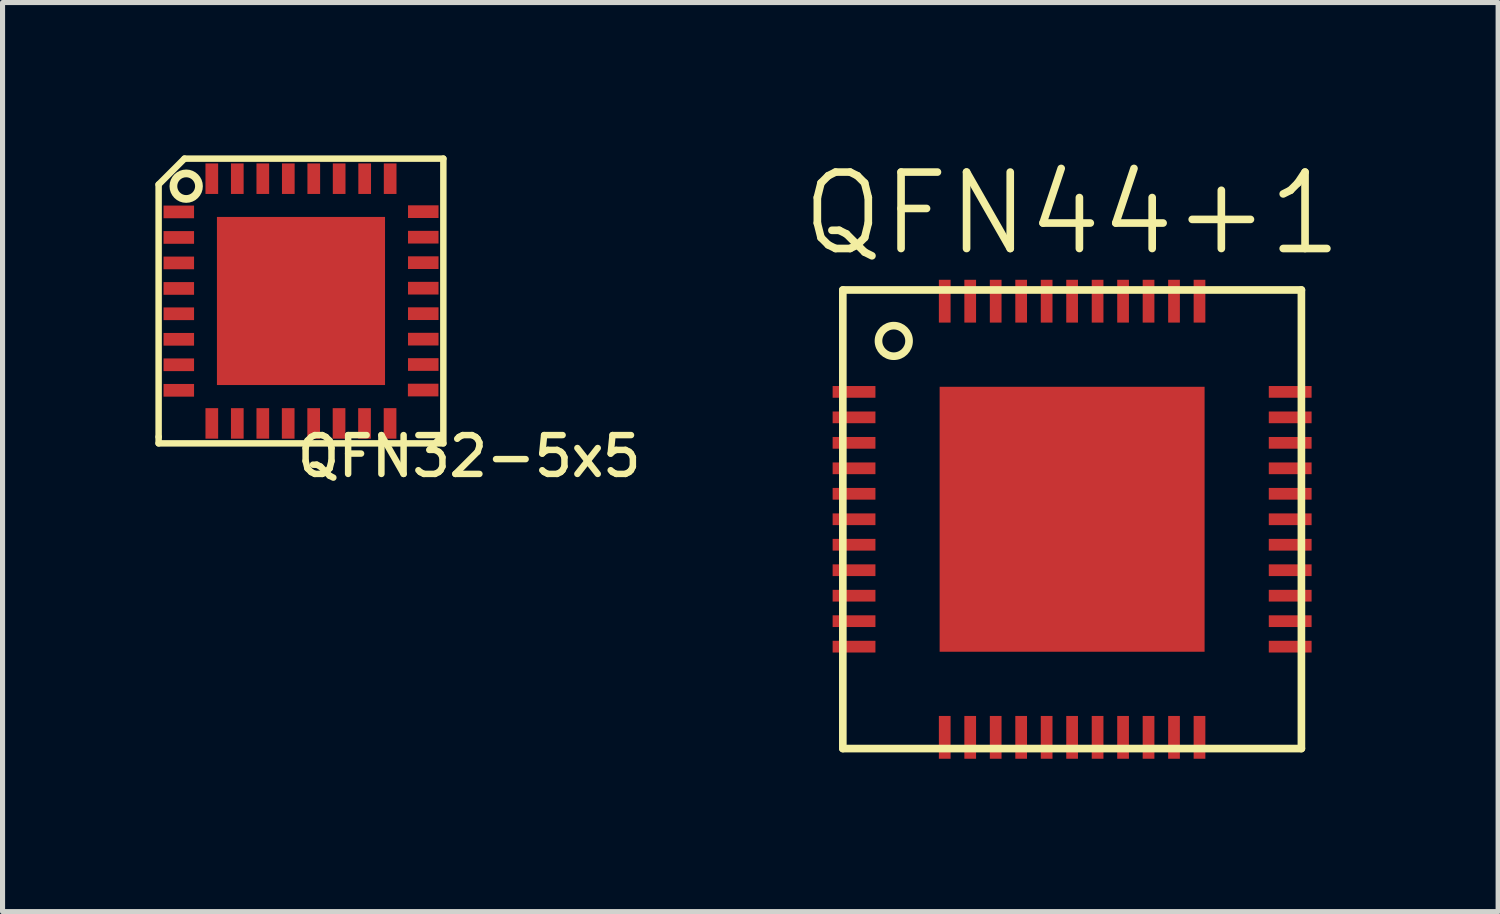
<source format=kicad_pcb>
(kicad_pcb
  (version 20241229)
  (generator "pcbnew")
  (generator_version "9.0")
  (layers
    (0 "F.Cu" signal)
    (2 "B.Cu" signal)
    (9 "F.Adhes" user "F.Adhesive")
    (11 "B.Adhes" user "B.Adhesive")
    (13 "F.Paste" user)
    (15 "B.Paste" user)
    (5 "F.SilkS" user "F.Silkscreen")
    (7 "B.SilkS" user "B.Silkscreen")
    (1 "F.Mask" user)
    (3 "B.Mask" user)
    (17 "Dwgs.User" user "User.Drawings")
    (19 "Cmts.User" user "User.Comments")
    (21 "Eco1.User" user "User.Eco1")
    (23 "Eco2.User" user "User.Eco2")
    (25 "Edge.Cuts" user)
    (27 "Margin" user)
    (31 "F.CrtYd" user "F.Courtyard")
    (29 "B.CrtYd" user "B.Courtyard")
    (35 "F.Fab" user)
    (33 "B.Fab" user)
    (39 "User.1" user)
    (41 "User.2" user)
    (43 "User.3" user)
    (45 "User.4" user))
  (footprint "QFN44+1"
    (layer "F.Cu")
    (at 17.991 7.141)
    (property "Reference" "QFN44+1" (at 0 -6 0) (layer "F.SilkS") (effects (font (size 1.5 1.5) (thickness 0.15))))
    (attr smd)
    (fp_line (start -4.5 -4.5) (end 4.5 -4.5) (stroke (width 0.15) (type solid)) (layer "F.SilkS"))
    (fp_line (start -4.5 4.5) (end -4.5 -4.5) (stroke (width 0.15) (type solid)) (layer "F.SilkS"))
    (fp_line (start 4.5 -4.5) (end 4.5 4.5) (stroke (width 0.15) (type solid)) (layer "F.SilkS"))
    (fp_line (start 4.5 4.5) (end -4.5 4.5) (stroke (width 0.15) (type solid)) (layer "F.SilkS"))
    (fp_circle (center -3.5 -3.5) (end -3.8 -3.5) (stroke (width 0.15) (type solid)) (fill no) (layer "F.SilkS"))
    (pad "1" smd rect (at -4.5 -2.5) (size 0.84 0.23) (drill (offset 0.22 0)) (layers "F.Cu" "F.Mask" "F.Paste"))
    (pad "2" smd rect (at -4.5 -2) (size 0.84 0.23) (drill (offset 0.22 0)) (layers "F.Cu" "F.Mask" "F.Paste"))
    (pad "3" smd rect (at -4.5 -1.5) (size 0.84 0.23) (drill (offset 0.22 0)) (layers "F.Cu" "F.Mask" "F.Paste"))
    (pad "4" smd rect (at -4.5 -1) (size 0.84 0.23) (drill (offset 0.22 0)) (layers "F.Cu" "F.Mask" "F.Paste"))
    (pad "5" smd rect (at -4.5 -0.5) (size 0.84 0.23) (drill (offset 0.22 0)) (layers "F.Cu" "F.Mask" "F.Paste"))
    (pad "6" smd rect (at -4.5 0) (size 0.84 0.23) (drill (offset 0.22 0)) (layers "F.Cu" "F.Mask" "F.Paste"))
    (pad "7" smd rect (at -4.5 0.5) (size 0.84 0.23) (drill (offset 0.22 0)) (layers "F.Cu" "F.Mask" "F.Paste"))
    (pad "8" smd rect (at -4.5 1) (size 0.84 0.23) (drill (offset 0.22 0)) (layers "F.Cu" "F.Mask" "F.Paste"))
    (pad "9" smd rect (at -4.5 1.5) (size 0.84 0.23) (drill (offset 0.22 0)) (layers "F.Cu" "F.Mask" "F.Paste"))
    (pad "10" smd rect (at -4.5 2) (size 0.84 0.23) (drill (offset 0.22 0)) (layers "F.Cu" "F.Mask" "F.Paste"))
    (pad "11" smd rect (at -4.5 2.5) (size 0.84 0.23) (drill (offset 0.22 0)) (layers "F.Cu" "F.Mask" "F.Paste"))
    (pad "12" smd rect (at -2.5 4.5) (size 0.23 0.84) (drill (offset 0 -0.22)) (layers "F.Cu" "F.Mask" "F.Paste"))
    (pad "13" smd rect (at -2 4.5) (size 0.23 0.84) (drill (offset 0 -0.22)) (layers "F.Cu" "F.Mask" "F.Paste"))
    (pad "14" smd rect (at -1.5 4.5) (size 0.23 0.84) (drill (offset 0 -0.22)) (layers "F.Cu" "F.Mask" "F.Paste"))
    (pad "15" smd rect (at -1 4.5) (size 0.23 0.84) (drill (offset 0 -0.22)) (layers "F.Cu" "F.Mask" "F.Paste"))
    (pad "16" smd rect (at -0.5 4.5) (size 0.23 0.84) (drill (offset 0 -0.22)) (layers "F.Cu" "F.Mask" "F.Paste"))
    (pad "17" smd rect (at 0 4.5) (size 0.23 0.84) (drill (offset 0 -0.22)) (layers "F.Cu" "F.Mask" "F.Paste"))
    (pad "18" smd rect (at 0.5 4.5) (size 0.23 0.84) (drill (offset 0 -0.22)) (layers "F.Cu" "F.Mask" "F.Paste"))
    (pad "19" smd rect (at 1 4.5) (size 0.23 0.84) (drill (offset 0 -0.22)) (layers "F.Cu" "F.Mask" "F.Paste"))
    (pad "20" smd rect (at 1.5 4.5) (size 0.23 0.84) (drill (offset 0 -0.22)) (layers "F.Cu" "F.Mask" "F.Paste"))
    (pad "21" smd rect (at 2 4.5) (size 0.23 0.84) (drill (offset 0 -0.22)) (layers "F.Cu" "F.Mask" "F.Paste"))
    (pad "22" smd rect (at 2.5 4.5) (size 0.23 0.84) (drill (offset 0 -0.22)) (layers "F.Cu" "F.Mask" "F.Paste"))
    (pad "23" smd rect (at 4.5 2.5) (size 0.84 0.23) (drill (offset -0.22 0)) (layers "F.Cu" "F.Mask" "F.Paste"))
    (pad "24" smd rect (at 4.5 2) (size 0.84 0.23) (drill (offset -0.22 0)) (layers "F.Cu" "F.Mask" "F.Paste"))
    (pad "25" smd rect (at 4.5 1.5) (size 0.84 0.23) (drill (offset -0.22 0)) (layers "F.Cu" "F.Mask" "F.Paste"))
    (pad "26" smd rect (at 4.5 1) (size 0.84 0.23) (drill (offset -0.22 0)) (layers "F.Cu" "F.Mask" "F.Paste"))
    (pad "27" smd rect (at 4.5 0.5) (size 0.84 0.23) (drill (offset -0.22 0)) (layers "F.Cu" "F.Mask" "F.Paste"))
    (pad "28" smd rect (at 4.5 0) (size 0.84 0.23) (drill (offset -0.22 0)) (layers "F.Cu" "F.Mask" "F.Paste"))
    (pad "29" smd rect (at 4.5 -0.5) (size 0.84 0.23) (drill (offset -0.22 0)) (layers "F.Cu" "F.Mask" "F.Paste"))
    (pad "30" smd rect (at 4.5 -1) (size 0.84 0.23) (drill (offset -0.22 0)) (layers "F.Cu" "F.Mask" "F.Paste"))
    (pad "31" smd rect (at 4.5 -1.5) (size 0.84 0.23) (drill (offset -0.22 0)) (layers "F.Cu" "F.Mask" "F.Paste"))
    (pad "32" smd rect (at 4.5 -2) (size 0.84 0.23) (drill (offset -0.22 0)) (layers "F.Cu" "F.Mask" "F.Paste"))
    (pad "33" smd rect (at 4.5 -2.5) (size 0.84 0.23) (drill (offset -0.22 0)) (layers "F.Cu" "F.Mask" "F.Paste"))
    (pad "34" smd rect (at 2.5 -4.5) (size 0.23 0.84) (drill (offset 0 0.22)) (layers "F.Cu" "F.Mask" "F.Paste"))
    (pad "35" smd rect (at 2 -4.5) (size 0.23 0.84) (drill (offset 0 0.22)) (layers "F.Cu" "F.Mask" "F.Paste"))
    (pad "36" smd rect (at 1.5 -4.5) (size 0.23 0.84) (drill (offset 0 0.22)) (layers "F.Cu" "F.Mask" "F.Paste"))
    (pad "37" smd rect (at 1 -4.5) (size 0.23 0.84) (drill (offset 0 0.22)) (layers "F.Cu" "F.Mask" "F.Paste"))
    (pad "38" smd rect (at 0.5 -4.5) (size 0.23 0.84) (drill (offset 0 0.22)) (layers "F.Cu" "F.Mask" "F.Paste"))
    (pad "39" smd rect (at 0 -4.5) (size 0.23 0.84) (drill (offset 0 0.22)) (layers "F.Cu" "F.Mask" "F.Paste"))
    (pad "40" smd rect (at -0.5 -4.5) (size 0.23 0.84) (drill (offset 0 0.22)) (layers "F.Cu" "F.Mask" "F.Paste"))
    (pad "41" smd rect (at -1 -4.5) (size 0.23 0.84) (drill (offset 0 0.22)) (layers "F.Cu" "F.Mask" "F.Paste"))
    (pad "42" smd rect (at -1.5 -4.5) (size 0.23 0.84) (drill (offset 0 0.22)) (layers "F.Cu" "F.Mask" "F.Paste"))
    (pad "43" smd rect (at -2 -4.5) (size 0.23 0.84) (drill (offset 0 0.22)) (layers "F.Cu" "F.Mask" "F.Paste"))
    (pad "44" smd rect (at -2.5 -4.5) (size 0.23 0.84) (drill (offset 0 0.22)) (layers "F.Cu" "F.Mask" "F.Paste"))
    (pad "45" smd rect (at 0 0) (size 5.2 5.2) (layers "F.Cu" "F.Mask" "F.Paste")))
  (footprint "QFN32-5x5"
    (layer "F.Cu")
    (at 2.857 2.857)
    (property "Reference" "QFN32-5x5" (at 3.302 3.048 0) (layer "F.SilkS") (effects (font (size 0.762 0.762) (thickness 0.127))))
    (attr smd)
    (fp_line (start -2.794 -2.286) (end -2.286 -2.794) (stroke (width 0.127) (type solid)) (layer "F.SilkS"))
    (fp_line (start -2.794 2.667) (end -2.794 -2.286) (stroke (width 0.127) (type solid)) (layer "F.SilkS"))
    (fp_line (start -2.794 2.794) (end -2.794 2.667) (stroke (width 0.127) (type solid)) (layer "F.SilkS"))
    (fp_line (start -2.286 -2.794) (end 2.794 -2.794) (stroke (width 0.127) (type solid)) (layer "F.SilkS"))
    (fp_line (start 2.794 -2.794) (end 2.794 2.794) (stroke (width 0.127) (type solid)) (layer "F.SilkS"))
    (fp_line (start 2.794 2.794) (end -2.794 2.794) (stroke (width 0.127) (type solid)) (layer "F.SilkS"))
    (fp_circle (center -2.253 -2.253) (end -2.253 -2.504) (stroke (width 0.152) (type solid)) (fill no) (layer "F.SilkS"))
    (pad "1" smd rect (at -2.398 -1.748) (size 0.599 0.249) (layers "F.Cu" "F.Mask" "F.Paste"))
    (pad "2" smd rect (at -2.398 -1.247) (size 0.599 0.249) (layers "F.Cu" "F.Mask" "F.Paste"))
    (pad "3" smd rect (at -2.398 -0.747) (size 0.599 0.249) (layers "F.Cu" "F.Mask" "F.Paste"))
    (pad "4" smd rect (at -2.398 -0.246) (size 0.599 0.249) (layers "F.Cu" "F.Mask" "F.Paste"))
    (pad "5" smd rect (at -2.398 0.251) (size 0.599 0.249) (layers "F.Cu" "F.Mask" "F.Paste"))
    (pad "6" smd rect (at -2.398 0.752) (size 0.599 0.249) (layers "F.Cu" "F.Mask" "F.Paste"))
    (pad "7" smd rect (at -2.398 1.252) (size 0.599 0.249) (layers "F.Cu" "F.Mask" "F.Paste"))
    (pad "8" smd rect (at -2.398 1.753) (size 0.599 0.249) (layers "F.Cu" "F.Mask" "F.Paste"))
    (pad "9" smd rect (at -1.75 2.403) (size 0.249 0.599) (layers "F.Cu" "F.Mask" "F.Paste"))
    (pad "10" smd rect (at -1.25 2.403) (size 0.249 0.599) (layers "F.Cu" "F.Mask" "F.Paste"))
    (pad "11" smd rect (at -0.749 2.403) (size 0.249 0.599) (layers "F.Cu" "F.Mask" "F.Paste"))
    (pad "12" smd rect (at -0.251 2.403) (size 0.249 0.599) (layers "F.Cu" "F.Mask" "F.Paste"))
    (pad "13" smd rect (at 0.249 2.403) (size 0.249 0.599) (layers "F.Cu" "F.Mask" "F.Paste"))
    (pad "14" smd rect (at 0.747 2.403) (size 0.249 0.599) (layers "F.Cu" "F.Mask" "F.Paste"))
    (pad "15" smd rect (at 1.247 2.403) (size 0.249 0.599) (layers "F.Cu" "F.Mask" "F.Paste"))
    (pad "16" smd rect (at 1.748 2.403) (size 0.249 0.599) (layers "F.Cu" "F.Mask" "F.Paste"))
    (pad "17" smd rect (at 2.398 1.748) (size 0.599 0.249) (layers "F.Cu" "F.Mask" "F.Paste"))
    (pad "18" smd rect (at 2.4 1.247) (size 0.599 0.249) (layers "F.Cu" "F.Mask" "F.Paste"))
    (pad "19" smd rect (at 2.4 0.749) (size 0.599 0.249) (layers "F.Cu" "F.Mask" "F.Paste"))
    (pad "20" smd rect (at 2.4 0.249) (size 0.599 0.249) (layers "F.Cu" "F.Mask" "F.Paste"))
    (pad "21" smd rect (at 2.4 -0.251) (size 0.599 0.249) (layers "F.Cu" "F.Mask" "F.Paste"))
    (pad "22" smd rect (at 2.4 -0.752) (size 0.599 0.249) (layers "F.Cu" "F.Mask" "F.Paste"))
    (pad "23" smd rect (at 2.4 -1.252) (size 0.599 0.249) (layers "F.Cu" "F.Mask" "F.Paste"))
    (pad "24" smd rect (at 2.4 -1.753) (size 0.599 0.249) (layers "F.Cu" "F.Mask" "F.Paste"))
    (pad "25" smd rect (at 1.75 -2.4) (size 0.249 0.599) (layers "F.Cu" "F.Mask" "F.Paste"))
    (pad "26" smd rect (at 1.25 -2.4) (size 0.249 0.599) (layers "F.Cu" "F.Mask" "F.Paste"))
    (pad "27" smd rect (at 0.749 -2.4) (size 0.249 0.599) (layers "F.Cu" "F.Mask" "F.Paste"))
    (pad "28" smd rect (at 0.251 -2.4) (size 0.249 0.599) (layers "F.Cu" "F.Mask" "F.Paste"))
    (pad "29" smd rect (at -0.249 -2.4) (size 0.249 0.599) (layers "F.Cu" "F.Mask" "F.Paste"))
    (pad "30" smd rect (at -0.749 -2.4) (size 0.249 0.599) (layers "F.Cu" "F.Mask" "F.Paste"))
    (pad "31" smd rect (at -1.25 -2.4) (size 0.249 0.599) (layers "F.Cu" "F.Mask" "F.Paste"))
    (pad "32" smd rect (at -1.75 -2.4) (size 0.249 0.599) (layers "F.Cu" "F.Mask" "F.Paste"))
    (pad "33" smd rect (at 0 0) (size 3.299 3.299) (layers "F.Cu" "F.Mask" "F.Paste")))
  (gr_rect
    (start -3 -3)
    (end 26.352 14.841)
    (stroke (width 0.1) (type default))
    (fill no)
    (layer "Edge.Cuts")))
</source>
